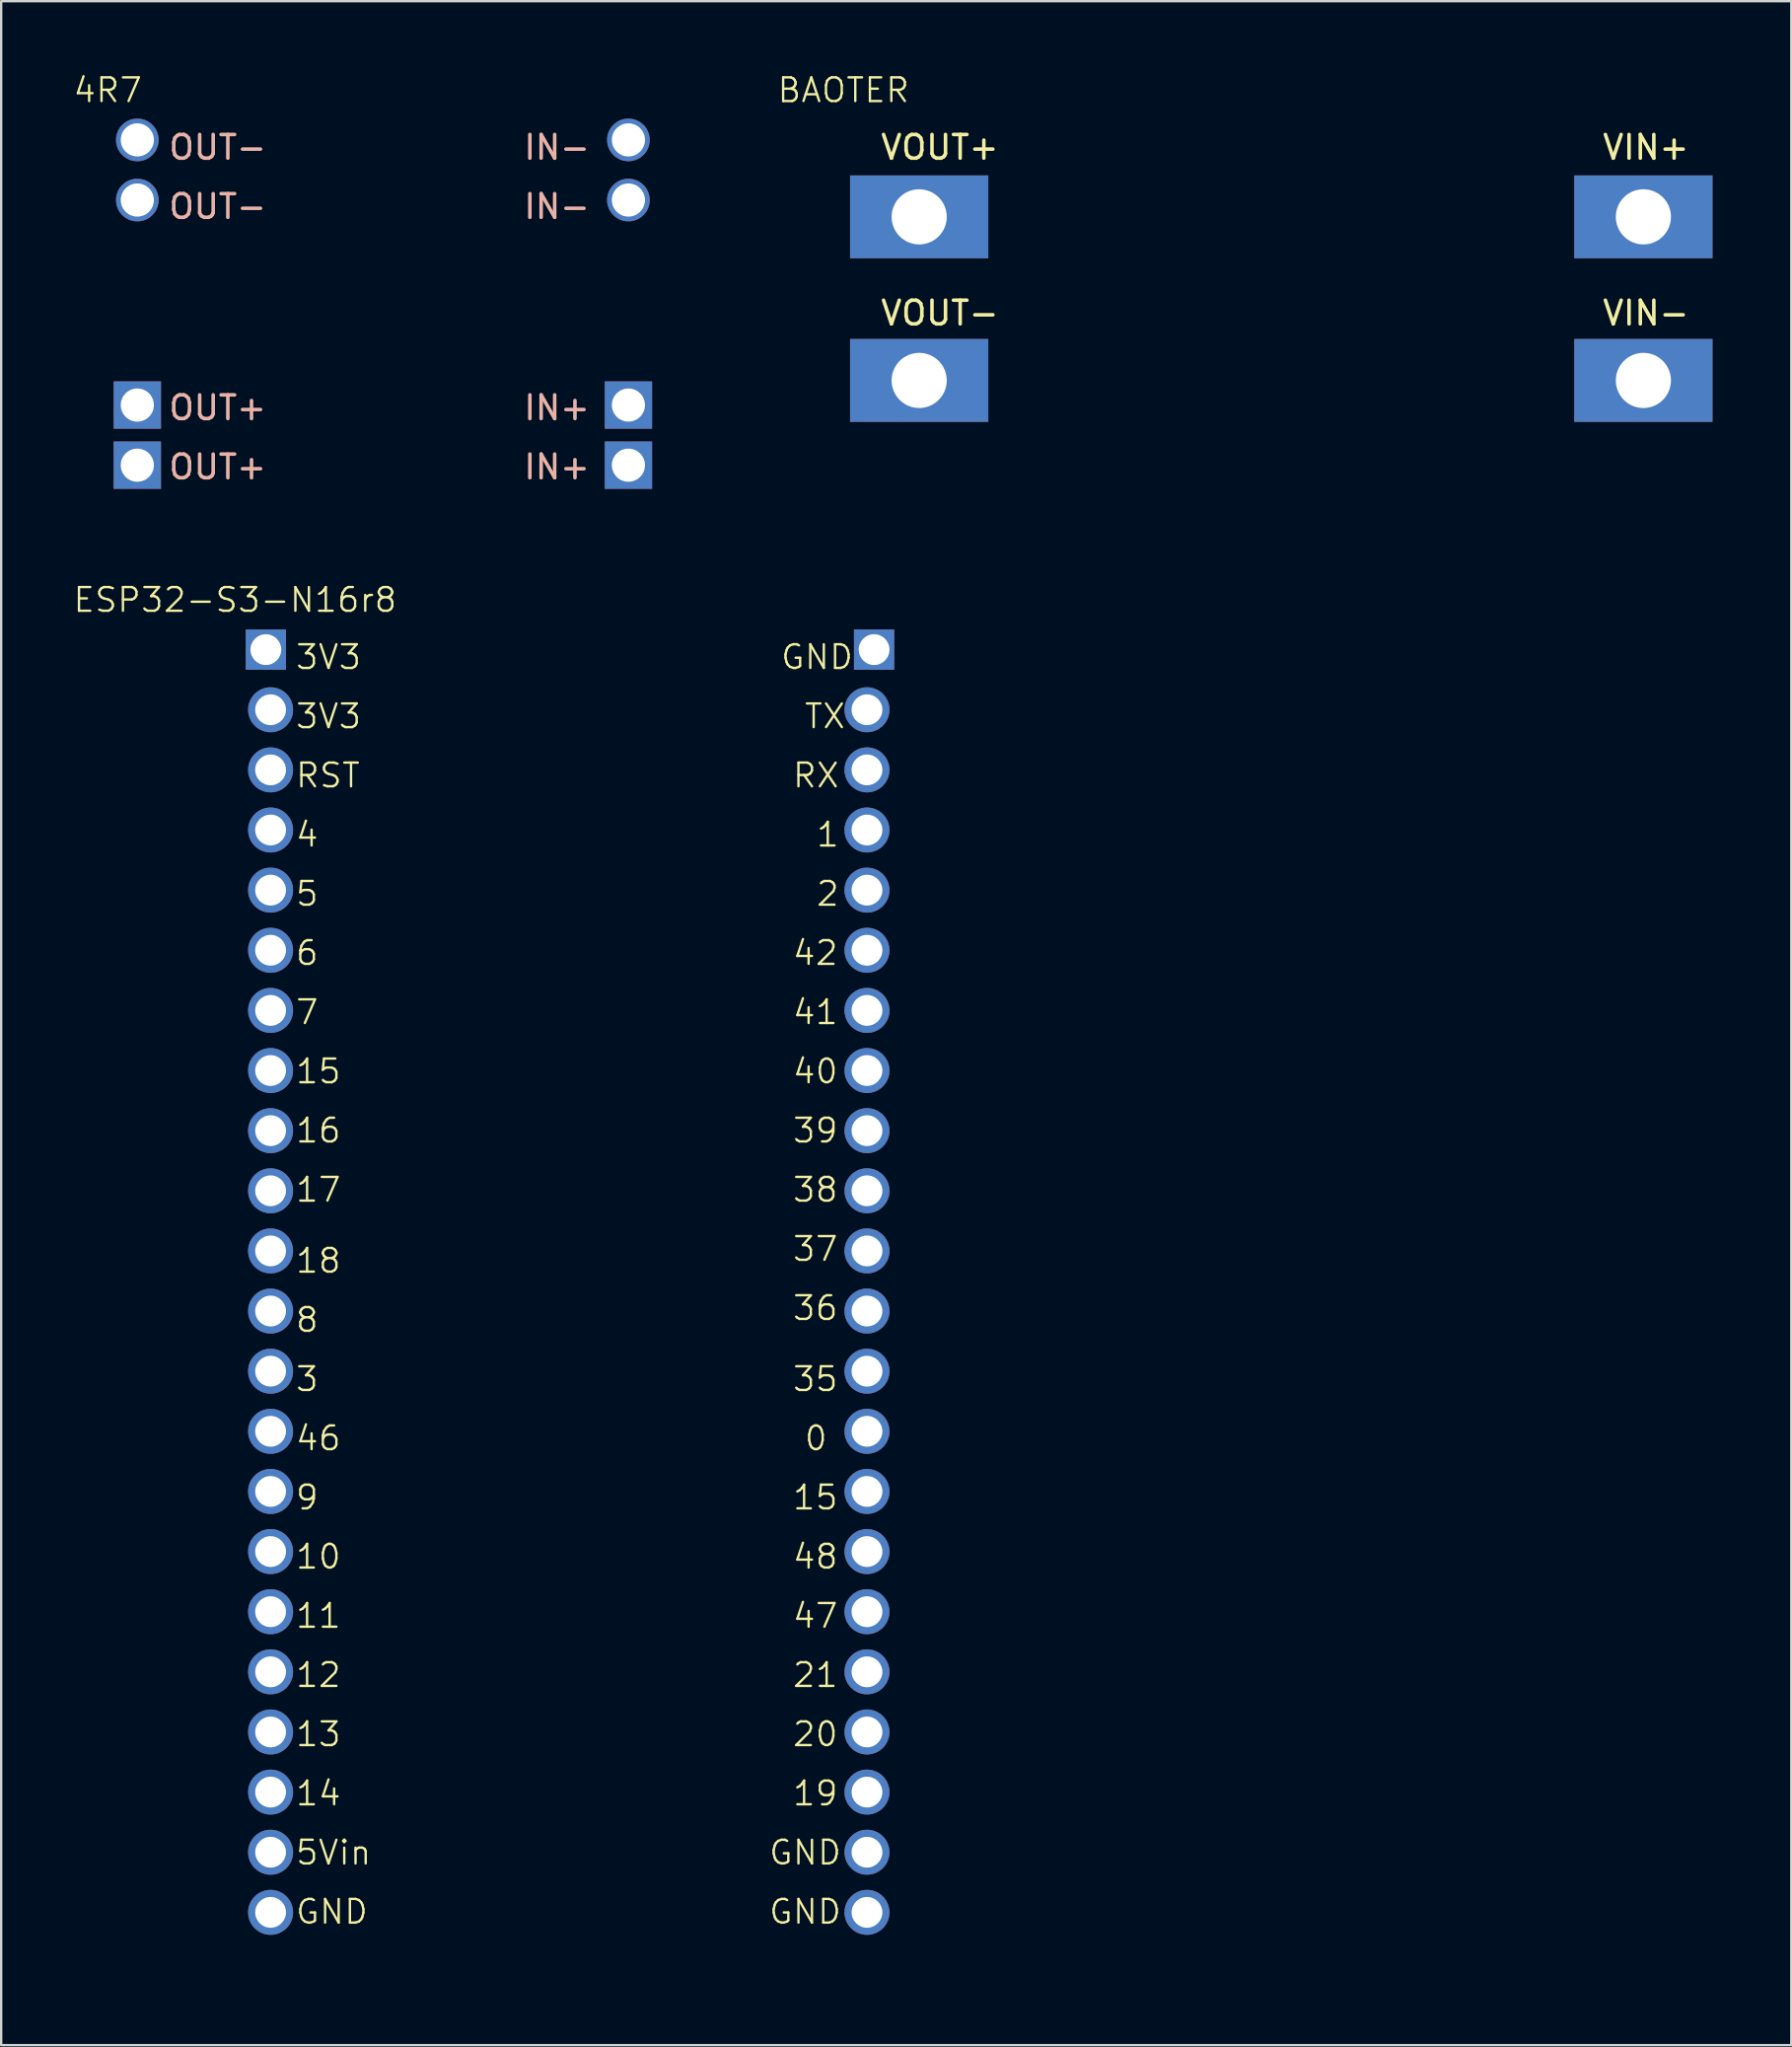
<source format=kicad_pcb>
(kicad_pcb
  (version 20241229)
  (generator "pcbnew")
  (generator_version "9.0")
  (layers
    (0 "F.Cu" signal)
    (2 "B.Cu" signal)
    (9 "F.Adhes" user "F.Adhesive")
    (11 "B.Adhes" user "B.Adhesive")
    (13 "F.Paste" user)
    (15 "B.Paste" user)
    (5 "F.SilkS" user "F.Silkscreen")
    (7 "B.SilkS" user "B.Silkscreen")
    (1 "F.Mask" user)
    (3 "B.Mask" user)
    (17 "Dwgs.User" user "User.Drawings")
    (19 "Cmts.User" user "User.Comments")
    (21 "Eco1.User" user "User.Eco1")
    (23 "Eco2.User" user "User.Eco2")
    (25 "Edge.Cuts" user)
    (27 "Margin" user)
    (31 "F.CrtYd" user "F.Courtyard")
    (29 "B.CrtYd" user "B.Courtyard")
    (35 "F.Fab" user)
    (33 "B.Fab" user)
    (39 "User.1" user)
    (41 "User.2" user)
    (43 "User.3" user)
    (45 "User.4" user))
  (footprint "4R7"
    (layer "F.Cu")
    (at 1.502 1.26)
    (property "Reference" "4R7" (at 0 -0.5 0) (unlocked yes) (layer "F.SilkS") (effects (font (size 1 1) (thickness 0.1))))
    (attr smd)
    (fp_rect (start 0 0) (end 25.2 17) (stroke (width 0.1) (type solid)) (fill no) (layer "Margin"))
    (fp_text user "IN+" (at 17.5 16 0) (unlocked yes) (layer "B.SilkS") (effects (font (size 1 1) (thickness 0.15)) (justify left bottom)))
    (fp_text user "IN-" (at 17.5 5 0) (unlocked yes) (layer "B.SilkS") (effects (font (size 1 1) (thickness 0.15)) (justify left bottom)))
    (fp_text user "IN-" (at 17.5 2.5 0) (unlocked yes) (layer "B.SilkS") (effects (font (size 1 1) (thickness 0.15)) (justify left bottom)))
    (fp_text user "OUT+" (at 2.5 13.5 0) (unlocked yes) (layer "B.SilkS") (effects (font (size 1 1) (thickness 0.15)) (justify left bottom)))
    (fp_text user "IN+" (at 17.5 13.5 0) (unlocked yes) (layer "B.SilkS") (effects (font (size 1 1) (thickness 0.15)) (justify left bottom)))
    (fp_text user "OUT-" (at 2.5 5 0) (unlocked yes) (layer "B.SilkS") (effects (font (size 1 1) (thickness 0.15)) (justify left bottom)))
    (fp_text user "OUT+" (at 2.5 16 0) (unlocked yes) (layer "B.SilkS") (effects (font (size 1 1) (thickness 0.15)) (justify left bottom)))
    (fp_text user "OUT-" (at 2.5 2.5 0) (unlocked yes) (layer "B.SilkS") (effects (font (size 1 1) (thickness 0.15)) (justify left bottom)))
    (pad "1" thru_hole circle (at 1.25 1.6) (size 1.8 1.8) (drill 1.4) (layers "*.Cu" "*.Mask"))
    (pad "1" thru_hole circle (at 1.25 4.14) (size 1.8 1.8) (drill 1.4) (layers "*.Cu" "*.Mask"))
    (pad "1" thru_hole rect (at 1.25 12.8) (size 2 2) (drill 1.4) (layers "*.Cu" "*.Mask"))
    (pad "1" thru_hole rect (at 1.25 15.34) (size 2 2) (drill 1.4) (layers "*.Cu" "*.Mask"))
    (pad "1" thru_hole circle (at 22 1.6) (size 1.8 1.8) (drill 1.4) (layers "*.Cu" "*.Mask"))
    (pad "1" thru_hole circle (at 22 4.14) (size 1.8 1.8) (drill 1.4) (layers "*.Cu" "*.Mask"))
    (pad "1" thru_hole rect (at 22 12.8) (size 2 2) (drill 1.4) (layers "*.Cu" "*.Mask"))
    (pad "1" thru_hole rect (at 22 15.34) (size 2 2) (drill 1.4) (layers "*.Cu" "*.Mask")))
  (footprint "ESP32-S3-N16r8"
    (layer "F.Cu")
    (at 6.883 22.791)
    (property "Reference" "ESP32-S3-N16r8" (at 0 -0.5 0) (unlocked yes) (layer "F.SilkS") (effects (font (size 1 1) (thickness 0.1))))
    (attr smd)
    (fp_rect (start 0 0) (end 28.5 57.5) (stroke (width 0.1) (type solid)) (fill no) (layer "Margin"))
    (fp_text user "5Vin" (at 2.5 53 0) (unlocked yes) (layer "F.SilkS") (effects (font (size 1 1) (thickness 0.1)) (justify left bottom)))
    (fp_text user "16" (at 2.5 22.5 0) (unlocked yes) (layer "F.SilkS") (effects (font (size 1 1) (thickness 0.1)) (justify left bottom)))
    (fp_text user "20" (at 23.5 48 0) (unlocked yes) (layer "F.SilkS") (effects (font (size 1 1) (thickness 0.1)) (justify left bottom)))
    (fp_text user "GND" (at 23 2.5 0) (unlocked yes) (layer "F.SilkS") (effects (font (size 1 1) (thickness 0.1)) (justify left bottom)))
    (fp_text user "40" (at 23.5 20 0) (unlocked yes) (layer "F.SilkS") (effects (font (size 1 1) (thickness 0.1)) (justify left bottom)))
    (fp_text user "GND" (at 2.5 55.5 0) (unlocked yes) (layer "F.SilkS") (effects (font (size 1 1) (thickness 0.1)) (justify left bottom)))
    (fp_text user "3" (at 2.5 33 0) (unlocked yes) (layer "F.SilkS") (effects (font (size 1 1) (thickness 0.1)) (justify left bottom)))
    (fp_text user "2" (at 24.5 12.5 0) (unlocked yes) (layer "F.SilkS") (effects (font (size 1 1) (thickness 0.1)) (justify left bottom)))
    (fp_text user "46" (at 2.5 35.5 0) (unlocked yes) (layer "F.SilkS") (effects (font (size 1 1) (thickness 0.1)) (justify left bottom)))
    (fp_text user "7" (at 2.5 17.5 0) (unlocked yes) (layer "F.SilkS") (effects (font (size 1 1) (thickness 0.1)) (justify left bottom)))
    (fp_text user "21" (at 23.5 45.5 0) (unlocked yes) (layer "F.SilkS") (effects (font (size 1 1) (thickness 0.1)) (justify left bottom)))
    (fp_text user "38" (at 23.5 25 0) (unlocked yes) (layer "F.SilkS") (effects (font (size 1 1) (thickness 0.1)) (justify left bottom)))
    (fp_text user "18" (at 2.5 28 0) (unlocked yes) (layer "F.SilkS") (effects (font (size 1 1) (thickness 0.1)) (justify left bottom)))
    (fp_text user "15" (at 2.5 20 0) (unlocked yes) (layer "F.SilkS") (effects (font (size 1 1) (thickness 0.1)) (justify left bottom)))
    (fp_text user "3V3" (at 2.5 5 0) (unlocked yes) (layer "F.SilkS") (effects (font (size 1 1) (thickness 0.1)) (justify left bottom)))
    (fp_text user "6" (at 2.5 15 0) (unlocked yes) (layer "F.SilkS") (effects (font (size 1 1) (thickness 0.1)) (justify left bottom)))
    (fp_text user "1" (at 24.5 10 0) (unlocked yes) (layer "F.SilkS") (effects (font (size 1 1) (thickness 0.1)) (justify left bottom)))
    (fp_text user "39" (at 23.5 22.5 0) (unlocked yes) (layer "F.SilkS") (effects (font (size 1 1) (thickness 0.1)) (justify left bottom)))
    (fp_text user "0" (at 24 35.5 0) (unlocked yes) (layer "F.SilkS") (effects (font (size 1 1) (thickness 0.1)) (justify left bottom)))
    (fp_text user "48" (at 23.5 40.5 0) (unlocked yes) (layer "F.SilkS") (effects (font (size 1 1) (thickness 0.1)) (justify left bottom)))
    (fp_text user "19" (at 23.5 50.5 0) (unlocked yes) (layer "F.SilkS") (effects (font (size 1 1) (thickness 0.1)) (justify left bottom)))
    (fp_text user "36" (at 23.5 30 0) (unlocked yes) (layer "F.SilkS") (effects (font (size 1 1) (thickness 0.1)) (justify left bottom)))
    (fp_text user "35" (at 23.5 33 0) (unlocked yes) (layer "F.SilkS") (effects (font (size 1 1) (thickness 0.1)) (justify left bottom)))
    (fp_text user "17" (at 2.5 25 0) (unlocked yes) (layer "F.SilkS") (effects (font (size 1 1) (thickness 0.1)) (justify left bottom)))
    (fp_text user "TX" (at 24 5 0) (unlocked yes) (layer "F.SilkS") (effects (font (size 1 1) (thickness 0.1)) (justify left bottom)))
    (fp_text user "12" (at 2.5 45.5 0) (unlocked yes) (layer "F.SilkS") (effects (font (size 1 1) (thickness 0.1)) (justify left bottom)))
    (fp_text user "GND" (at 22.5 55.5 0) (unlocked yes) (layer "F.SilkS") (effects (font (size 1 1) (thickness 0.1)) (justify left bottom)))
    (fp_text user "3V3" (at 2.5 2.5 0) (unlocked yes) (layer "F.SilkS") (effects (font (size 1 1) (thickness 0.1)) (justify left bottom)))
    (fp_text user "GND" (at 22.5 53 0) (unlocked yes) (layer "F.SilkS") (effects (font (size 1 1) (thickness 0.1)) (justify left bottom)))
    (fp_text user "14" (at 2.5 50.5 0) (unlocked yes) (layer "F.SilkS") (effects (font (size 1 1) (thickness 0.1)) (justify left bottom)))
    (fp_text user "41" (at 23.5 17.5 0) (unlocked yes) (layer "F.SilkS") (effects (font (size 1 1) (thickness 0.1)) (justify left bottom)))
    (fp_text user "11" (at 2.5 43 0) (unlocked yes) (layer "F.SilkS") (effects (font (size 1 1) (thickness 0.1)) (justify left bottom)))
    (fp_text user "8" (at 2.5 30.5 0) (unlocked yes) (layer "F.SilkS") (effects (font (size 1 1) (thickness 0.1)) (justify left bottom)))
    (fp_text user "15" (at 23.5 38 0) (unlocked yes) (layer "F.SilkS") (effects (font (size 1 1) (thickness 0.1)) (justify left bottom)))
    (fp_text user "4" (at 2.5 10 0) (unlocked yes) (layer "F.SilkS") (effects (font (size 1 1) (thickness 0.1)) (justify left bottom)))
    (fp_text user "37" (at 23.5 27.5 0) (unlocked yes) (layer "F.SilkS") (effects (font (size 1 1) (thickness 0.1)) (justify left bottom)))
    (fp_text user "9" (at 2.5 38 0) (unlocked yes) (layer "F.SilkS") (effects (font (size 1 1) (thickness 0.1)) (justify left bottom)))
    (fp_text user "13" (at 2.5 48 0) (unlocked yes) (layer "F.SilkS") (effects (font (size 1 1) (thickness 0.1)) (justify left bottom)))
    (fp_text user "10" (at 2.5 40.5 0) (unlocked yes) (layer "F.SilkS") (effects (font (size 1 1) (thickness 0.1)) (justify left bottom)))
    (fp_text user "5" (at 2.5 12.5 0) (unlocked yes) (layer "F.SilkS") (effects (font (size 1 1) (thickness 0.1)) (justify left bottom)))
    (fp_text user "42" (at 23.5 15 0) (unlocked yes) (layer "F.SilkS") (effects (font (size 1 1) (thickness 0.1)) (justify left bottom)))
    (fp_text user "RX" (at 23.5 7.5 0) (unlocked yes) (layer "F.SilkS") (effects (font (size 1 1) (thickness 0.1)) (justify left bottom)))
    (fp_text user "RST" (at 2.5 7.5 0) (unlocked yes) (layer "F.SilkS") (effects (font (size 1 1) (thickness 0.1)) (justify left bottom)))
    (fp_text user "47" (at 23.5 43 0) (unlocked yes) (layer "F.SilkS") (effects (font (size 1 1) (thickness 0.1)) (justify left bottom)))
    (pad "1" thru_hole rect (at 1.3 1.6) (size 1.7 1.7) (drill 1.3) (layers "*.Cu" "*.Mask"))
    (pad "2" thru_hole circle (at 1.5 4.14) (size 1.9 1.9) (drill 1.3) (layers "*.Cu" "*.Mask"))
    (pad "3" thru_hole circle (at 1.5 6.68) (size 1.9 1.9) (drill 1.3) (layers "*.Cu" "*.Mask"))
    (pad "4" thru_hole circle (at 1.5 9.22) (size 1.9 1.9) (drill 1.3) (layers "*.Cu" "*.Mask"))
    (pad "5" thru_hole circle (at 1.5 11.76) (size 1.9 1.9) (drill 1.3) (layers "*.Cu" "*.Mask"))
    (pad "6" thru_hole circle (at 1.5 14.3) (size 1.9 1.9) (drill 1.3) (layers "*.Cu" "*.Mask"))
    (pad "7" thru_hole circle (at 1.5 16.84) (size 1.9 1.9) (drill 1.3) (layers "*.Cu" "*.Mask"))
    (pad "8" thru_hole circle (at 1.5 19.38) (size 1.9 1.9) (drill 1.3) (layers "*.Cu" "*.Mask"))
    (pad "9" thru_hole circle (at 1.5 21.92) (size 1.9 1.9) (drill 1.3) (layers "*.Cu" "*.Mask"))
    (pad "10" thru_hole circle (at 1.5 24.46) (size 1.9 1.9) (drill 1.3) (layers "*.Cu" "*.Mask"))
    (pad "11" thru_hole circle (at 1.5 27) (size 1.9 1.9) (drill 1.3) (layers "*.Cu" "*.Mask"))
    (pad "12" thru_hole circle (at 1.5 29.54) (size 1.9 1.9) (drill 1.3) (layers "*.Cu" "*.Mask"))
    (pad "13" thru_hole circle (at 1.5 32.08) (size 1.9 1.9) (drill 1.3) (layers "*.Cu" "*.Mask"))
    (pad "14" thru_hole circle (at 1.5 34.62) (size 1.9 1.9) (drill 1.3) (layers "*.Cu" "*.Mask"))
    (pad "15" thru_hole circle (at 1.5 37.16) (size 1.9 1.9) (drill 1.3) (layers "*.Cu" "*.Mask"))
    (pad "16" thru_hole circle (at 1.5 39.7) (size 1.9 1.9) (drill 1.3) (layers "*.Cu" "*.Mask"))
    (pad "17" thru_hole circle (at 1.5 42.24) (size 1.9 1.9) (drill 1.3) (layers "*.Cu" "*.Mask"))
    (pad "18" thru_hole circle (at 1.5 44.78) (size 1.9 1.9) (drill 1.3) (layers "*.Cu" "*.Mask"))
    (pad "19" thru_hole circle (at 1.5 47.32) (size 1.9 1.9) (drill 1.3) (layers "*.Cu" "*.Mask"))
    (pad "20" thru_hole circle (at 1.5 49.86) (size 1.9 1.9) (drill 1.3) (layers "*.Cu" "*.Mask"))
    (pad "21" thru_hole circle (at 1.5 52.4) (size 1.9 1.9) (drill 1.3) (layers "*.Cu" "*.Mask"))
    (pad "22" thru_hole circle (at 1.5 54.94) (size 1.9 1.9) (drill 1.3) (layers "*.Cu" "*.Mask"))
    (pad "23" thru_hole rect (at 27 1.6) (size 1.7 1.7) (drill 1.3) (layers "*.Cu" "*.Mask"))
    (pad "24" thru_hole circle (at 26.7 4.14) (size 1.9 1.9) (drill 1.3) (layers "*.Cu" "*.Mask"))
    (pad "25" thru_hole circle (at 26.7 6.68) (size 1.9 1.9) (drill 1.3) (layers "*.Cu" "*.Mask"))
    (pad "26" thru_hole circle (at 26.7 9.22) (size 1.9 1.9) (drill 1.3) (layers "*.Cu" "*.Mask"))
    (pad "27" thru_hole circle (at 26.7 11.76) (size 1.9 1.9) (drill 1.3) (layers "*.Cu" "*.Mask"))
    (pad "28" thru_hole circle (at 26.7 14.3) (size 1.9 1.9) (drill 1.3) (layers "*.Cu" "*.Mask"))
    (pad "29" thru_hole circle (at 26.7 16.84) (size 1.9 1.9) (drill 1.3) (layers "*.Cu" "*.Mask"))
    (pad "30" thru_hole circle (at 26.7 19.38) (size 1.9 1.9) (drill 1.3) (layers "*.Cu" "*.Mask"))
    (pad "31" thru_hole circle (at 26.7 21.92) (size 1.9 1.9) (drill 1.3) (layers "*.Cu" "*.Mask"))
    (pad "32" thru_hole circle (at 26.7 24.46) (size 1.9 1.9) (drill 1.3) (layers "*.Cu" "*.Mask"))
    (pad "33" thru_hole circle (at 26.7 27) (size 1.9 1.9) (drill 1.3) (layers "*.Cu" "*.Mask"))
    (pad "34" thru_hole circle (at 26.7 29.54) (size 1.9 1.9) (drill 1.3) (layers "*.Cu" "*.Mask"))
    (pad "35" thru_hole circle (at 26.7 32.08) (size 1.9 1.9) (drill 1.3) (layers "*.Cu" "*.Mask"))
    (pad "36" thru_hole circle (at 26.7 34.62) (size 1.9 1.9) (drill 1.3) (layers "*.Cu" "*.Mask"))
    (pad "37" thru_hole circle (at 26.7 37.16) (size 1.9 1.9) (drill 1.3) (layers "*.Cu" "*.Mask"))
    (pad "38" thru_hole circle (at 26.7 39.7) (size 1.9 1.9) (drill 1.3) (layers "*.Cu" "*.Mask"))
    (pad "39" thru_hole circle (at 26.7 42.24) (size 1.9 1.9) (drill 1.3) (layers "*.Cu" "*.Mask"))
    (pad "40" thru_hole circle (at 26.7 44.78) (size 1.9 1.9) (drill 1.3) (layers "*.Cu" "*.Mask"))
    (pad "41" thru_hole circle (at 26.7 47.32) (size 1.9 1.9) (drill 1.3) (layers "*.Cu" "*.Mask"))
    (pad "42" thru_hole circle (at 26.7 49.86) (size 1.9 1.9) (drill 1.3) (layers "*.Cu" "*.Mask"))
    (pad "43" thru_hole circle (at 26.7 52.4) (size 1.9 1.9) (drill 1.3) (layers "*.Cu" "*.Mask"))
    (pad "44" thru_hole circle (at 26.7 54.94) (size 1.9 1.9) (drill 1.3) (layers "*.Cu" "*.Mask")))
  (footprint "BAOTER"
    (layer "F.Cu")
    (at 32.588 1.26)
    (property "Reference" "BAOTER" (at 0 -0.5 0) (unlocked yes) (layer "F.SilkS") (effects (font (size 1 1) (thickness 0.1))))
    (attr smd)
    (fp_rect (start 0 0) (end 37 17.22) (stroke (width 0.1) (type solid)) (fill no) (layer "Margin"))
    (fp_text user "VOUT-" (at 1.5 9.5 0) (unlocked yes) (layer "F.SilkS") (effects (font (size 1 1) (thickness 0.15)) (justify left bottom)))
    (fp_text user "VOUT+" (at 1.5 2.5 0) (unlocked yes) (layer "F.SilkS") (effects (font (size 1 1) (thickness 0.15)) (justify left bottom)))
    (fp_text user "VIN-" (at 32 9.5 0) (unlocked yes) (layer "F.SilkS") (effects (font (size 1 1) (thickness 0.15)) (justify left bottom)))
    (fp_text user "VIN+" (at 32 2.5 0) (unlocked yes) (layer "F.SilkS") (effects (font (size 1 1) (thickness 0.15)) (justify left bottom)))
    (pad "1" thru_hole rect (at 33.8 4.85) (size 5.84 3.5) (drill 2.33) (layers "*.Cu" "*.Mask"))
    (pad "2" thru_hole rect (at 33.8 11.76) (size 5.84 3.5) (drill 2.33) (layers "*.Cu" "*.Mask"))
    (pad "3" thru_hole rect (at 3.2 11.76) (size 5.84 3.5) (drill 2.33) (layers "*.Cu" "*.Mask"))
    (pad "4" thru_hole rect (at 3.2 4.85) (size 5.84 3.5) (drill 2.33) (layers "*.Cu" "*.Mask")))
  (gr_rect
    (start -3 -3)
    (end 72.638 83.341)
    (stroke (width 0.1) (type default))
    (fill no)
    (layer "Edge.Cuts")))
</source>
